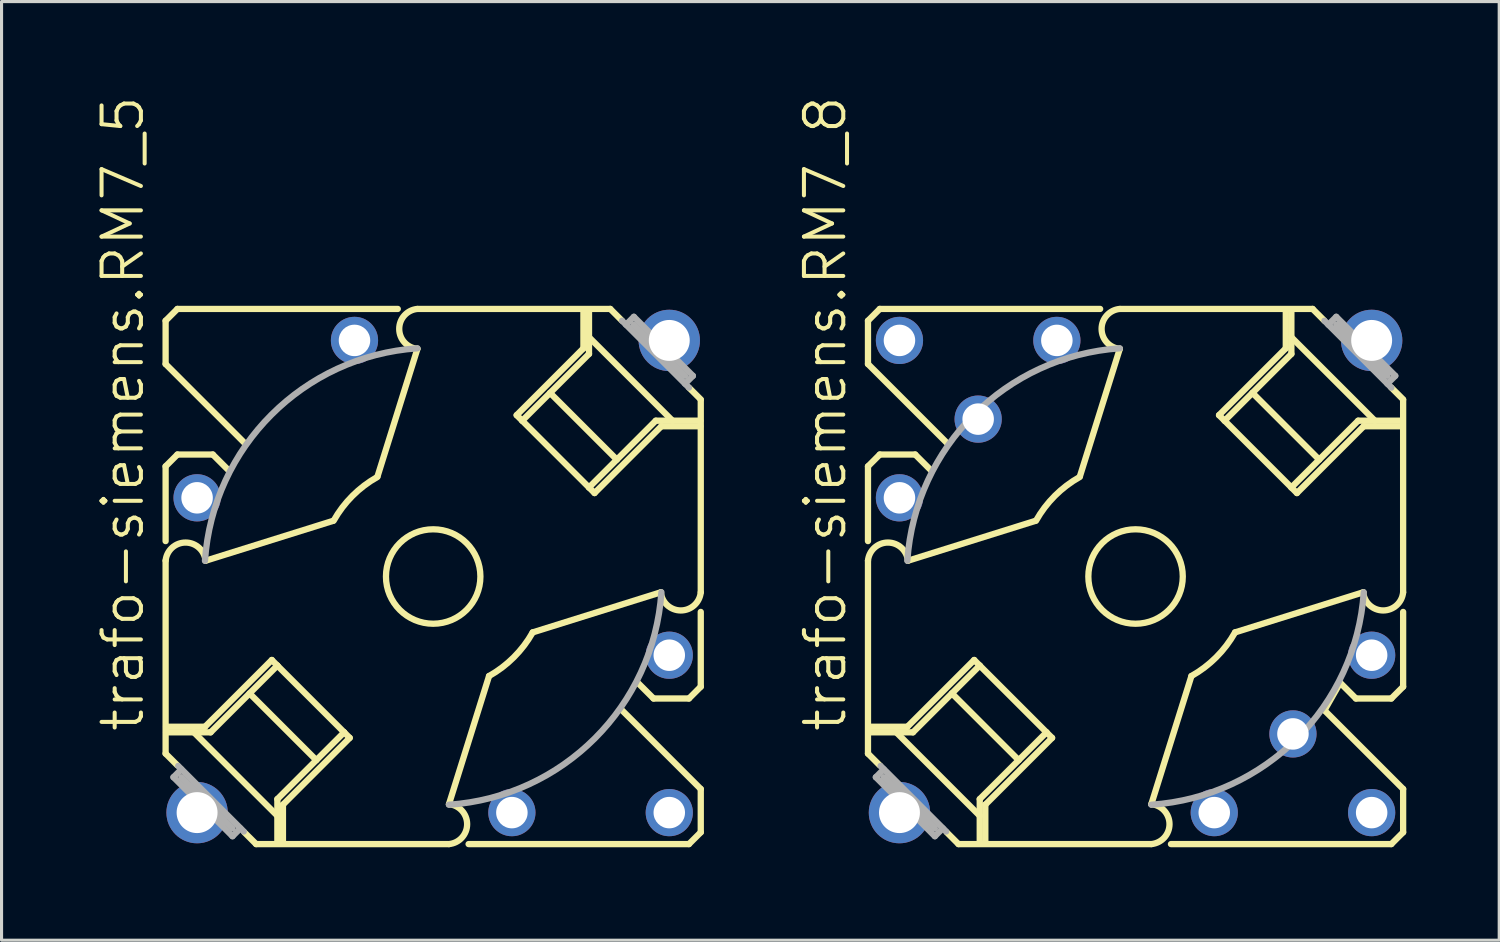
<source format=kicad_pcb>
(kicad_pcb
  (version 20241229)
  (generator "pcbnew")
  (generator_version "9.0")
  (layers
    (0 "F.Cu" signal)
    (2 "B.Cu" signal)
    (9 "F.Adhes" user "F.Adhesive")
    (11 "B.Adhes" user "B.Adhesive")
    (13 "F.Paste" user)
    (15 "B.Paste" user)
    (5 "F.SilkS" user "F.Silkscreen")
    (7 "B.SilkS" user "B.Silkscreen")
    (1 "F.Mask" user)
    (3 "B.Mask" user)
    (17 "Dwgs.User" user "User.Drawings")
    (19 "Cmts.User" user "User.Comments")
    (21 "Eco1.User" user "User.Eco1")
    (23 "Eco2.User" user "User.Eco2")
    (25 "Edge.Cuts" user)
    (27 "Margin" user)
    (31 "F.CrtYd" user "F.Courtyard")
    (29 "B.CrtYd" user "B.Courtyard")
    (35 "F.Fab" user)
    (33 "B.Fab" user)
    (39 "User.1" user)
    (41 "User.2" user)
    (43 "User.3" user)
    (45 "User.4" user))
  (footprint "trafo-siemens.RM7_8"
    (layer "F.Cu")
    (at 33.6 15.557)
    (property "Reference" "trafo-siemens.RM7_8" (at -9.271 5.08 90) (layer "F.SilkS") (effects (font (size 1.27 1.27) (thickness 0.13)) (justify left bottom)))
    (attr through_hole)
    (fp_line (start -8.636 -8.255) (end -8.255 -8.636) (stroke (width 0.203) (type default)) (layer "F.SilkS"))
    (fp_line (start -8.636 -6.858) (end -8.636 -8.255) (stroke (width 0.203) (type default)) (layer "F.SilkS"))
    (fp_line (start -8.636 -3.556) (end -8.255 -3.937) (stroke (width 0.203) (type default)) (layer "F.SilkS"))
    (fp_line (start -8.636 -1.143) (end -8.636 -3.556) (stroke (width 0.203) (type default)) (layer "F.SilkS"))
    (fp_line (start -8.636 -0.508) (end -8.636 5.715) (stroke (width 0.203) (type default)) (layer "F.SilkS"))
    (fp_line (start -8.636 5.715) (end -8.255 6.096) (stroke (width 0.203) (type default)) (layer "F.SilkS"))
    (fp_line (start -8.255 -8.636) (end -1.143 -8.636) (stroke (width 0.203) (type default)) (layer "F.SilkS"))
    (fp_line (start -8.255 -3.937) (end -7.112 -3.937) (stroke (width 0.203) (type default)) (layer "F.SilkS"))
    (fp_line (start -7.723 5.029) (end -5.029 7.723) (stroke (width 0.203) (type default)) (layer "F.SilkS"))
    (fp_line (start -7.364 4.849) (end -8.621 4.849) (stroke (width 0.203) (type default)) (layer "F.SilkS"))
    (fp_line (start -7.364 4.849) (end -5.208 2.694) (stroke (width 0.203) (type default)) (layer "F.SilkS"))
    (fp_line (start -7.184 5.029) (end -8.621 5.029) (stroke (width 0.203) (type default)) (layer "F.SilkS"))
    (fp_line (start -7.112 -3.937) (end -6.604 -3.429) (stroke (width 0.203) (type default)) (layer "F.SilkS"))
    (fp_line (start -6.096 -4.318) (end -8.636 -6.858) (stroke (width 0.203) (type default)) (layer "F.SilkS"))
    (fp_line (start -5.715 8.636) (end -6.096 8.255) (stroke (width 0.203) (type default)) (layer "F.SilkS"))
    (fp_line (start -5.029 2.874) (end -7.184 5.029) (stroke (width 0.203) (type default)) (layer "F.SilkS"))
    (fp_line (start -5.029 2.874) (end -5.208 2.694) (stroke (width 0.203) (type default)) (layer "F.SilkS"))
    (fp_line (start -5.029 2.874) (end -2.874 5.029) (stroke (width 0.203) (type default)) (layer "F.SilkS"))
    (fp_line (start -5.029 7.184) (end -5.029 8.621) (stroke (width 0.203) (type default)) (layer "F.SilkS"))
    (fp_line (start -4.849 7.364) (end -4.849 8.621) (stroke (width 0.203) (type default)) (layer "F.SilkS"))
    (fp_line (start -3.772 5.927) (end -5.927 3.772) (stroke (width 0.203) (type default)) (layer "F.SilkS"))
    (fp_line (start -3.233 -1.796) (end -7.348 -0.509) (stroke (width 0.203) (type default)) (layer "F.SilkS"))
    (fp_line (start -2.874 5.029) (end -5.029 7.184) (stroke (width 0.203) (type default)) (layer "F.SilkS"))
    (fp_line (start -2.874 5.029) (end -2.694 5.208) (stroke (width 0.203) (type default)) (layer "F.SilkS"))
    (fp_line (start -2.694 5.208) (end -4.849 7.364) (stroke (width 0.203) (type default)) (layer "F.SilkS"))
    (fp_line (start -1.796 -3.233) (end -0.509 -7.348) (stroke (width 0.203) (type default)) (layer "F.SilkS"))
    (fp_line (start -0.488 -8.636) (end 5.715 -8.636) (stroke (width 0.203) (type default)) (layer "F.SilkS"))
    (fp_line (start 0.508 8.636) (end -5.715 8.636) (stroke (width 0.203) (type default)) (layer "F.SilkS"))
    (fp_line (start 0.509 7.348) (end 1.803 3.212) (stroke (width 0.203) (type default)) (layer "F.SilkS"))
    (fp_line (start 2.874 -5.029) (end 2.694 -5.208) (stroke (width 0.203) (type default)) (layer "F.SilkS"))
    (fp_line (start 2.874 -5.029) (end 5.029 -7.184) (stroke (width 0.203) (type default)) (layer "F.SilkS"))
    (fp_line (start 2.874 -5.029) (end 5.029 -2.874) (stroke (width 0.203) (type default)) (layer "F.SilkS"))
    (fp_line (start 3.212 1.803) (end 7.348 0.509) (stroke (width 0.203) (type default)) (layer "F.SilkS"))
    (fp_line (start 4.849 -7.364) (end 2.694 -5.208) (stroke (width 0.203) (type default)) (layer "F.SilkS"))
    (fp_line (start 4.849 -7.364) (end 4.849 -8.621) (stroke (width 0.203) (type default)) (layer "F.SilkS"))
    (fp_line (start 5.029 -7.723) (end 7.723 -5.029) (stroke (width 0.203) (type default)) (layer "F.SilkS"))
    (fp_line (start 5.029 -7.184) (end 5.029 -8.621) (stroke (width 0.203) (type default)) (layer "F.SilkS"))
    (fp_line (start 5.029 -2.874) (end 5.208 -2.694) (stroke (width 0.203) (type default)) (layer "F.SilkS"))
    (fp_line (start 5.029 -2.874) (end 7.184 -5.029) (stroke (width 0.203) (type default)) (layer "F.SilkS"))
    (fp_line (start 5.208 -2.694) (end 7.364 -4.849) (stroke (width 0.203) (type default)) (layer "F.SilkS"))
    (fp_line (start 5.927 -3.772) (end 3.772 -5.927) (stroke (width 0.203) (type default)) (layer "F.SilkS"))
    (fp_line (start 6.096 -8.255) (end 5.715 -8.636) (stroke (width 0.203) (type default)) (layer "F.SilkS"))
    (fp_line (start 6.096 4.318) (end 8.636 6.858) (stroke (width 0.203) (type default)) (layer "F.SilkS"))
    (fp_line (start 6.604 3.429) (end 6.096 4.318) (stroke (width 0.203) (type default)) (layer "F.SilkS"))
    (fp_line (start 7.112 3.937) (end 6.604 3.429) (stroke (width 0.203) (type default)) (layer "F.SilkS"))
    (fp_line (start 7.184 -5.029) (end 8.621 -5.029) (stroke (width 0.203) (type default)) (layer "F.SilkS"))
    (fp_line (start 7.364 -4.849) (end 8.621 -4.849) (stroke (width 0.203) (type default)) (layer "F.SilkS"))
    (fp_line (start 8.255 3.937) (end 7.112 3.937) (stroke (width 0.203) (type default)) (layer "F.SilkS"))
    (fp_line (start 8.255 8.636) (end 1.143 8.636) (stroke (width 0.203) (type default)) (layer "F.SilkS"))
    (fp_line (start 8.636 -5.715) (end 8.255 -6.096) (stroke (width 0.203) (type default)) (layer "F.SilkS"))
    (fp_line (start 8.636 -5.702) (end 8.636 0.508) (stroke (width 0.203) (type default)) (layer "F.SilkS"))
    (fp_line (start 8.636 1.143) (end 8.636 3.556) (stroke (width 0.203) (type default)) (layer "F.SilkS"))
    (fp_line (start 8.636 3.556) (end 8.255 3.937) (stroke (width 0.203) (type default)) (layer "F.SilkS"))
    (fp_line (start 8.636 6.858) (end 8.636 8.255) (stroke (width 0.203) (type default)) (layer "F.SilkS"))
    (fp_line (start 8.636 8.255) (end 8.255 8.636) (stroke (width 0.203) (type default)) (layer "F.SilkS"))
    (fp_arc (start -8.6359 -0.5142) (mid -7.989527 -1.096199) (end -7.3476 -0.5093) (stroke (width 0.2032) (type default)) (layer "F.SilkS"))
    (fp_arc (start -3.2117 -1.8027) (mid -2.604299 -2.604299) (end -1.8027 -3.2117) (stroke (width 0.2032) (type default)) (layer "F.SilkS"))
    (fp_arc (start -0.5093 -7.3479) (mid -1.0961 -7.989727) (end -0.5142 -8.636) (stroke (width 0.2032) (type default)) (layer "F.SilkS"))
    (fp_arc (start 0.5093 7.3483) (mid 1.095702 7.989727) (end 0.5142 8.6356) (stroke (width 0.2032) (type default)) (layer "F.SilkS"))
    (fp_arc (start 3.2117 1.8027) (mid 2.604299 2.604299) (end 1.8027 3.2117) (stroke (width 0.2032) (type default)) (layer "F.SilkS"))
    (fp_arc (start 8.6351 0.5142) (mid 7.989527 1.095403) (end 7.3484 0.5093) (stroke (width 0.2032) (type default)) (layer "F.SilkS"))
    (fp_circle (center 0 0) (end 1.524 0) (stroke (width 0.203) (type default)) (fill no) (layer "F.SilkS"))
    (fp_line (start -8.382 6.477) (end -8.128 6.223) (stroke (width 0.203) (type default)) (layer "F.Fab"))
    (fp_line (start -8.382 6.477) (end -6.477 8.382) (stroke (width 0.203) (type default)) (layer "F.Fab"))
    (fp_line (start -6.477 8.128) (end -8.128 6.477) (stroke (width 0.203) (type default)) (layer "F.Fab"))
    (fp_line (start -6.477 8.382) (end -6.223 8.128) (stroke (width 0.203) (type default)) (layer "F.Fab"))
    (fp_line (start -6.113 8.23) (end -8.23 6.113) (stroke (width 0.203) (type default)) (layer "F.Fab"))
    (fp_line (start 6.477 -8.382) (end 6.223 -8.128) (stroke (width 0.203) (type default)) (layer "F.Fab"))
    (fp_line (start 8.128 -6.477) (end 6.477 -8.128) (stroke (width 0.203) (type default)) (layer "F.Fab"))
    (fp_line (start 8.128 -6.223) (end 8.382 -6.477) (stroke (width 0.203) (type default)) (layer "F.Fab"))
    (fp_line (start 8.255 -6.096) (end 6.096 -8.255) (stroke (width 0.203) (type default)) (layer "F.Fab"))
    (fp_line (start 8.382 -6.477) (end 6.477 -8.382) (stroke (width 0.203) (type default)) (layer "F.Fab"))
    (fp_arc (start -7.366 -0.508) (mid -5.22092 -5.22092) (end -0.508 -7.366) (stroke (width 0.2032) (type default)) (layer "F.Fab"))
    (fp_arc (start 7.366 0.508) (mid 5.22092 5.22092) (end 0.508 7.366) (stroke (width 0.2032) (type default)) (layer "F.Fab"))
    (pad "1" thru_hole circle (at 7.62 7.62) (size 1.524 1.524) (drill 1.016) (layers "*.Cu" "*.Mask"))
    (pad "2" thru_hole circle (at 7.62 2.54) (size 1.524 1.524) (drill 1.016) (layers "*.Cu" "*.Mask"))
    (pad "3" thru_hole circle (at -2.54 -7.62) (size 1.524 1.524) (drill 1.016) (layers "*.Cu" "*.Mask"))
    (pad "4" thru_hole circle (at -7.62 -7.62) (size 1.524 1.524) (drill 1.016) (layers "*.Cu" "*.Mask"))
    (pad "5" thru_hole circle (at -7.62 -2.54) (size 1.524 1.524) (drill 1.016) (layers "*.Cu" "*.Mask"))
    (pad "6" thru_hole circle (at -5.08 -5.08) (size 1.524 1.524) (drill 1.016) (layers "*.Cu" "*.Mask"))
    (pad "7" thru_hole circle (at 2.54 7.62) (size 1.524 1.524) (drill 1.016) (layers "*.Cu" "*.Mask"))
    (pad "8" thru_hole circle (at 5.08 5.08) (size 1.524 1.524) (drill 1.016) (layers "*.Cu" "*.Mask"))
    (pad "M" thru_hole circle (at -7.62 7.62) (size 1.981 1.981) (drill 1.321) (layers "*.Cu" "*.Mask"))
    (pad "M1" thru_hole circle (at 7.62 -7.62) (size 1.981 1.981) (drill 1.321) (layers "*.Cu" "*.Mask")))
  (footprint "trafo-siemens.RM7_5"
    (layer "F.Cu")
    (at 10.931 15.557)
    (property "Reference" "trafo-siemens.RM7_5" (at -9.271 5.08 90) (layer "F.SilkS") (effects (font (size 1.27 1.27) (thickness 0.13)) (justify left bottom)))
    (attr through_hole)
    (fp_line (start -8.636 -8.255) (end -8.255 -8.636) (stroke (width 0.203) (type default)) (layer "F.SilkS"))
    (fp_line (start -8.636 -6.858) (end -8.636 -8.255) (stroke (width 0.203) (type default)) (layer "F.SilkS"))
    (fp_line (start -8.636 -3.556) (end -8.255 -3.937) (stroke (width 0.203) (type default)) (layer "F.SilkS"))
    (fp_line (start -8.636 -1.143) (end -8.636 -3.556) (stroke (width 0.203) (type default)) (layer "F.SilkS"))
    (fp_line (start -8.636 -0.508) (end -8.636 5.715) (stroke (width 0.203) (type default)) (layer "F.SilkS"))
    (fp_line (start -8.636 5.715) (end -8.255 6.096) (stroke (width 0.203) (type default)) (layer "F.SilkS"))
    (fp_line (start -8.255 -8.636) (end -1.143 -8.636) (stroke (width 0.203) (type default)) (layer "F.SilkS"))
    (fp_line (start -8.255 -3.937) (end -7.112 -3.937) (stroke (width 0.203) (type default)) (layer "F.SilkS"))
    (fp_line (start -7.723 5.029) (end -5.029 7.723) (stroke (width 0.203) (type default)) (layer "F.SilkS"))
    (fp_line (start -7.364 4.849) (end -8.621 4.849) (stroke (width 0.203) (type default)) (layer "F.SilkS"))
    (fp_line (start -7.364 4.849) (end -5.208 2.694) (stroke (width 0.203) (type default)) (layer "F.SilkS"))
    (fp_line (start -7.184 5.029) (end -8.621 5.029) (stroke (width 0.203) (type default)) (layer "F.SilkS"))
    (fp_line (start -7.112 -3.937) (end -6.604 -3.429) (stroke (width 0.203) (type default)) (layer "F.SilkS"))
    (fp_line (start -6.096 -4.318) (end -8.636 -6.858) (stroke (width 0.203) (type default)) (layer "F.SilkS"))
    (fp_line (start -5.715 8.636) (end -6.096 8.255) (stroke (width 0.203) (type default)) (layer "F.SilkS"))
    (fp_line (start -5.029 2.874) (end -7.184 5.029) (stroke (width 0.203) (type default)) (layer "F.SilkS"))
    (fp_line (start -5.029 2.874) (end -5.208 2.694) (stroke (width 0.203) (type default)) (layer "F.SilkS"))
    (fp_line (start -5.029 2.874) (end -2.874 5.029) (stroke (width 0.203) (type default)) (layer "F.SilkS"))
    (fp_line (start -5.029 7.184) (end -5.029 8.621) (stroke (width 0.203) (type default)) (layer "F.SilkS"))
    (fp_line (start -4.849 7.364) (end -4.849 8.621) (stroke (width 0.203) (type default)) (layer "F.SilkS"))
    (fp_line (start -3.772 5.927) (end -5.927 3.772) (stroke (width 0.203) (type default)) (layer "F.SilkS"))
    (fp_line (start -3.233 -1.796) (end -7.348 -0.509) (stroke (width 0.203) (type default)) (layer "F.SilkS"))
    (fp_line (start -2.874 5.029) (end -5.029 7.184) (stroke (width 0.203) (type default)) (layer "F.SilkS"))
    (fp_line (start -2.874 5.029) (end -2.694 5.208) (stroke (width 0.203) (type default)) (layer "F.SilkS"))
    (fp_line (start -2.694 5.208) (end -4.849 7.364) (stroke (width 0.203) (type default)) (layer "F.SilkS"))
    (fp_line (start -1.796 -3.233) (end -0.509 -7.348) (stroke (width 0.203) (type default)) (layer "F.SilkS"))
    (fp_line (start -0.488 -8.636) (end 5.715 -8.636) (stroke (width 0.203) (type default)) (layer "F.SilkS"))
    (fp_line (start 0.508 8.636) (end -5.715 8.636) (stroke (width 0.203) (type default)) (layer "F.SilkS"))
    (fp_line (start 0.509 7.348) (end 1.803 3.212) (stroke (width 0.203) (type default)) (layer "F.SilkS"))
    (fp_line (start 2.874 -5.029) (end 2.694 -5.208) (stroke (width 0.203) (type default)) (layer "F.SilkS"))
    (fp_line (start 2.874 -5.029) (end 5.029 -7.184) (stroke (width 0.203) (type default)) (layer "F.SilkS"))
    (fp_line (start 2.874 -5.029) (end 5.029 -2.874) (stroke (width 0.203) (type default)) (layer "F.SilkS"))
    (fp_line (start 3.212 1.803) (end 7.348 0.509) (stroke (width 0.203) (type default)) (layer "F.SilkS"))
    (fp_line (start 4.849 -7.364) (end 2.694 -5.208) (stroke (width 0.203) (type default)) (layer "F.SilkS"))
    (fp_line (start 4.849 -7.364) (end 4.849 -8.621) (stroke (width 0.203) (type default)) (layer "F.SilkS"))
    (fp_line (start 5.029 -7.723) (end 7.723 -5.029) (stroke (width 0.203) (type default)) (layer "F.SilkS"))
    (fp_line (start 5.029 -7.184) (end 5.029 -8.621) (stroke (width 0.203) (type default)) (layer "F.SilkS"))
    (fp_line (start 5.029 -2.874) (end 5.208 -2.694) (stroke (width 0.203) (type default)) (layer "F.SilkS"))
    (fp_line (start 5.029 -2.874) (end 7.184 -5.029) (stroke (width 0.203) (type default)) (layer "F.SilkS"))
    (fp_line (start 5.208 -2.694) (end 7.364 -4.849) (stroke (width 0.203) (type default)) (layer "F.SilkS"))
    (fp_line (start 5.927 -3.772) (end 3.772 -5.927) (stroke (width 0.203) (type default)) (layer "F.SilkS"))
    (fp_line (start 6.096 -8.255) (end 5.715 -8.636) (stroke (width 0.203) (type default)) (layer "F.SilkS"))
    (fp_line (start 6.096 4.318) (end 8.636 6.858) (stroke (width 0.203) (type default)) (layer "F.SilkS"))
    (fp_line (start 7.112 3.937) (end 6.604 3.429) (stroke (width 0.203) (type default)) (layer "F.SilkS"))
    (fp_line (start 7.184 -5.029) (end 8.621 -5.029) (stroke (width 0.203) (type default)) (layer "F.SilkS"))
    (fp_line (start 7.364 -4.849) (end 8.621 -4.849) (stroke (width 0.203) (type default)) (layer "F.SilkS"))
    (fp_line (start 8.255 3.937) (end 7.112 3.937) (stroke (width 0.203) (type default)) (layer "F.SilkS"))
    (fp_line (start 8.255 8.636) (end 1.143 8.636) (stroke (width 0.203) (type default)) (layer "F.SilkS"))
    (fp_line (start 8.636 -5.715) (end 8.255 -6.096) (stroke (width 0.203) (type default)) (layer "F.SilkS"))
    (fp_line (start 8.636 -5.702) (end 8.636 0.508) (stroke (width 0.203) (type default)) (layer "F.SilkS"))
    (fp_line (start 8.636 1.143) (end 8.636 3.556) (stroke (width 0.203) (type default)) (layer "F.SilkS"))
    (fp_line (start 8.636 3.556) (end 8.255 3.937) (stroke (width 0.203) (type default)) (layer "F.SilkS"))
    (fp_line (start 8.636 6.858) (end 8.636 8.255) (stroke (width 0.203) (type default)) (layer "F.SilkS"))
    (fp_line (start 8.636 8.255) (end 8.255 8.636) (stroke (width 0.203) (type default)) (layer "F.SilkS"))
    (fp_arc (start -8.6359 -0.5142) (mid -7.989527 -1.096199) (end -7.3476 -0.5093) (stroke (width 0.2032) (type default)) (layer "F.SilkS"))
    (fp_arc (start -3.2117 -1.8027) (mid -2.604299 -2.604299) (end -1.8027 -3.2117) (stroke (width 0.2032) (type default)) (layer "F.SilkS"))
    (fp_arc (start -0.5093 -7.3479) (mid -1.0961 -7.989727) (end -0.5142 -8.636) (stroke (width 0.2032) (type default)) (layer "F.SilkS"))
    (fp_arc (start 0.5093 7.3483) (mid 1.095702 7.989727) (end 0.5142 8.6356) (stroke (width 0.2032) (type default)) (layer "F.SilkS"))
    (fp_arc (start 3.2117 1.8027) (mid 2.604299 2.604299) (end 1.8027 3.2117) (stroke (width 0.2032) (type default)) (layer "F.SilkS"))
    (fp_arc (start 8.6351 0.5142) (mid 7.989527 1.095403) (end 7.3484 0.5093) (stroke (width 0.2032) (type default)) (layer "F.SilkS"))
    (fp_circle (center 0 0) (end 1.524 0) (stroke (width 0.203) (type default)) (fill no) (layer "F.SilkS"))
    (fp_line (start -8.382 6.477) (end -8.128 6.223) (stroke (width 0.203) (type default)) (layer "F.Fab"))
    (fp_line (start -8.382 6.477) (end -6.477 8.382) (stroke (width 0.203) (type default)) (layer "F.Fab"))
    (fp_line (start -6.477 8.128) (end -8.128 6.477) (stroke (width 0.203) (type default)) (layer "F.Fab"))
    (fp_line (start -6.477 8.382) (end -6.223 8.128) (stroke (width 0.203) (type default)) (layer "F.Fab"))
    (fp_line (start -6.113 8.23) (end -8.23 6.113) (stroke (width 0.203) (type default)) (layer "F.Fab"))
    (fp_line (start 6.477 -8.382) (end 6.223 -8.128) (stroke (width 0.203) (type default)) (layer "F.Fab"))
    (fp_line (start 8.128 -6.477) (end 6.477 -8.128) (stroke (width 0.203) (type default)) (layer "F.Fab"))
    (fp_line (start 8.128 -6.223) (end 8.382 -6.477) (stroke (width 0.203) (type default)) (layer "F.Fab"))
    (fp_line (start 8.255 -6.096) (end 6.096 -8.255) (stroke (width 0.203) (type default)) (layer "F.Fab"))
    (fp_line (start 8.382 -6.477) (end 6.477 -8.382) (stroke (width 0.203) (type default)) (layer "F.Fab"))
    (fp_arc (start -7.366 -0.508) (mid -5.22092 -5.22092) (end -0.508 -7.366) (stroke (width 0.2032) (type default)) (layer "F.Fab"))
    (fp_arc (start 7.366 0.508) (mid 5.22092 5.22092) (end 0.508 7.366) (stroke (width 0.2032) (type default)) (layer "F.Fab"))
    (pad "1" thru_hole circle (at 7.62 7.62) (size 1.524 1.524) (drill 1.016) (layers "*.Cu" "*.Mask"))
    (pad "2" thru_hole circle (at 7.62 2.54) (size 1.524 1.524) (drill 1.016) (layers "*.Cu" "*.Mask"))
    (pad "3" thru_hole circle (at -2.54 -7.62) (size 1.524 1.524) (drill 1.016) (layers "*.Cu" "*.Mask"))
    (pad "5" thru_hole circle (at -7.62 -2.54) (size 1.524 1.524) (drill 1.016) (layers "*.Cu" "*.Mask"))
    (pad "7" thru_hole circle (at 2.54 7.62) (size 1.524 1.524) (drill 1.016) (layers "*.Cu" "*.Mask"))
    (pad "M" thru_hole circle (at -7.62 7.62) (size 1.981 1.981) (drill 1.321) (layers "*.Cu" "*.Mask"))
    (pad "M1" thru_hole circle (at 7.62 -7.62) (size 1.981 1.981) (drill 1.321) (layers "*.Cu" "*.Mask")))
  (gr_rect
    (start -3 -3)
    (end 45.337 27.295)
    (stroke (width 0.1) (type default))
    (fill no)
    (layer "Edge.Cuts")))
</source>
